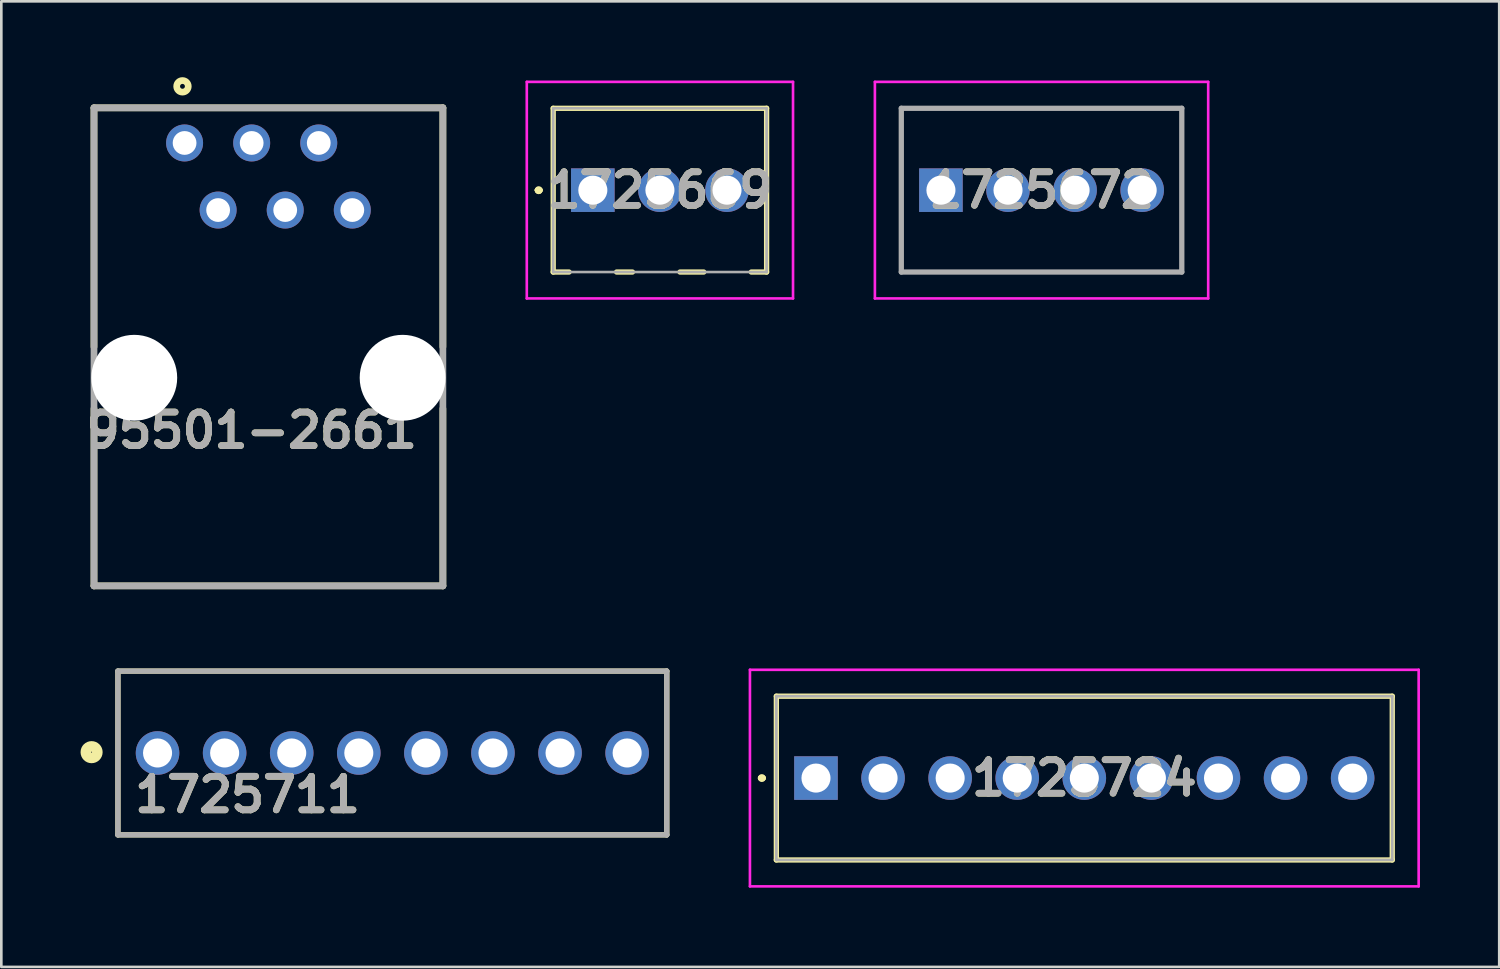
<source format=kicad_pcb>
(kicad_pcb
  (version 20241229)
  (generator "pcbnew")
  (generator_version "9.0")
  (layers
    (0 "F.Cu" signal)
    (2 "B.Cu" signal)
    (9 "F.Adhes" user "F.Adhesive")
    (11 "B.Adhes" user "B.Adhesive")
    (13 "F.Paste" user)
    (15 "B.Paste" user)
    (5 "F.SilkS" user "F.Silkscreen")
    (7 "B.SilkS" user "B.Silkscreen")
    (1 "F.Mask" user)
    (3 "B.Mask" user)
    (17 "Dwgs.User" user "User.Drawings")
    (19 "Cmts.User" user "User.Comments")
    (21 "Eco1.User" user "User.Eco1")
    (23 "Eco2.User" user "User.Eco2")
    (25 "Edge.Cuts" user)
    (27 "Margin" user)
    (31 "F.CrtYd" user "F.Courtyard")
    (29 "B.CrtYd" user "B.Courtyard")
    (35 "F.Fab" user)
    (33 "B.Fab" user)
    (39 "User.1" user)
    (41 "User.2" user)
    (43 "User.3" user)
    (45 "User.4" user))
  (footprint "1725724"
    (layer "F.Cu")
    (at 27.845 26.41)
    (property "Reference" "1725724" (at 10.16 0 0) (layer "F.SilkS") (effects (font (size 1.27 1.27) (thickness 0.254))))
    (attr through_hole)
    (fp_line (start -2.1 0) (end -2.1 0) (stroke (width 0.2) (type solid)) (layer "F.SilkS"))
    (fp_line (start -2.1 0) (end -2 0) (stroke (width 0.2) (type solid)) (layer "F.SilkS"))
    (fp_line (start -2 0) (end -2 0) (stroke (width 0.2) (type solid)) (layer "F.SilkS"))
    (fp_line (start -1.5 -3.1) (end 21.82 -3.1) (stroke (width 0.2) (type solid)) (layer "F.SilkS"))
    (fp_line (start -1.5 3.1) (end -1.5 -3.1) (stroke (width 0.2) (type solid)) (layer "F.SilkS"))
    (fp_line (start 21.82 -3.1) (end 21.82 3.1) (stroke (width 0.2) (type solid)) (layer "F.SilkS"))
    (fp_line (start 21.82 3.1) (end -1.5 3.1) (stroke (width 0.2) (type solid)) (layer "F.SilkS"))
    (fp_arc (start -2.1 0) (mid -2.05 -0.05) (end -2 0) (stroke (width 0.2) (type solid)) (layer "F.SilkS"))
    (fp_arc (start -2 0) (mid -2.05 0.05) (end -2.1 0) (stroke (width 0.2) (type solid)) (layer "F.SilkS"))
    (fp_line (start -2.5 -4.1) (end 22.82 -4.1) (stroke (width 0.1) (type solid)) (layer "F.CrtYd"))
    (fp_line (start -2.5 4.1) (end -2.5 -4.1) (stroke (width 0.1) (type solid)) (layer "F.CrtYd"))
    (fp_line (start 22.82 -4.1) (end 22.82 4.1) (stroke (width 0.1) (type solid)) (layer "F.CrtYd"))
    (fp_line (start 22.82 4.1) (end -2.5 4.1) (stroke (width 0.1) (type solid)) (layer "F.CrtYd"))
    (fp_line (start -1.5 -3.1) (end 21.82 -3.1) (stroke (width 0.1) (type solid)) (layer "F.Fab"))
    (fp_line (start -1.5 3.1) (end -1.5 -3.1) (stroke (width 0.1) (type solid)) (layer "F.Fab"))
    (fp_line (start 21.82 -3.1) (end 21.82 3.1) (stroke (width 0.1) (type solid)) (layer "F.Fab"))
    (fp_line (start 21.82 3.1) (end -1.5 3.1) (stroke (width 0.1) (type solid)) (layer "F.Fab"))
    (fp_text user "${REFERENCE}" (at 10.16 0 0) (layer "F.Fab") (effects (font (size 1.27 1.27) (thickness 0.254))))
    (pad "1" thru_hole rect (at 0 0) (size 1.65 1.65) (drill 1.1) (layers "*.Cu" "*.Mask"))
    (pad "2" thru_hole circle (at 2.54 0) (size 1.65 1.65) (drill 1.1) (layers "*.Cu" "*.Mask"))
    (pad "3" thru_hole circle (at 5.08 0) (size 1.65 1.65) (drill 1.1) (layers "*.Cu" "*.Mask"))
    (pad "4" thru_hole circle (at 7.62 0) (size 1.65 1.65) (drill 1.1) (layers "*.Cu" "*.Mask"))
    (pad "5" thru_hole circle (at 10.16 0) (size 1.65 1.65) (drill 1.1) (layers "*.Cu" "*.Mask"))
    (pad "6" thru_hole circle (at 12.7 0) (size 1.65 1.65) (drill 1.1) (layers "*.Cu" "*.Mask"))
    (pad "7" thru_hole circle (at 15.24 0) (size 1.65 1.65) (drill 1.1) (layers "*.Cu" "*.Mask"))
    (pad "8" thru_hole circle (at 17.78 0) (size 1.65 1.65) (drill 1.1) (layers "*.Cu" "*.Mask"))
    (pad "9" thru_hole circle (at 20.32 0) (size 1.65 1.65) (drill 1.1) (layers "*.Cu" "*.Mask")))
  (footprint "95501-2661"
    (layer "F.Cu")
    (at 12.194 11.253)
    (property "Reference" "95501-2661" (at -5.711 1.994 0) (layer "F.SilkS") (effects (font (size 1.27 1.27) (thickness 0.254))))
    (attr through_hole)
    (fp_line (start -11.685 -10.22) (end -11.685 -1.17) (stroke (width 0.254) (type solid)) (layer "F.SilkS"))
    (fp_line (start -11.685 -10.22) (end 1.525 -10.22) (stroke (width 0.254) (type solid)) (layer "F.SilkS"))
    (fp_line (start -11.685 7.88) (end -11.685 1.17) (stroke (width 0.254) (type solid)) (layer "F.SilkS"))
    (fp_line (start 1.525 -10.22) (end 1.525 -1.17) (stroke (width 0.254) (type solid)) (layer "F.SilkS"))
    (fp_line (start 1.525 7.88) (end -11.685 7.88) (stroke (width 0.254) (type solid)) (layer "F.SilkS"))
    (fp_line (start 1.525 7.88) (end 1.525 1.17) (stroke (width 0.254) (type solid)) (layer "F.SilkS"))
    (fp_circle (center -8.335 -11.034) (end -8.335 -10.942) (stroke (width 0.254) (type solid)) (fill no) (layer "F.SilkS"))
    (fp_line (start -11.685 -10.22) (end 1.525 -10.22) (stroke (width 0.254) (type solid)) (layer "F.Fab"))
    (fp_line (start -11.685 7.88) (end -11.685 -10.22) (stroke (width 0.254) (type solid)) (layer "F.Fab"))
    (fp_line (start 1.525 -10.22) (end 1.525 7.88) (stroke (width 0.254) (type solid)) (layer "F.Fab"))
    (fp_line (start 1.525 7.88) (end -11.685 7.88) (stroke (width 0.254) (type solid)) (layer "F.Fab"))
    (fp_text user "${REFERENCE}" (at -5.711 1.994 0) (layer "F.Fab") (effects (font (size 1.27 1.27) (thickness 0.254))))
    (pad "" np_thru_hole circle (at -10.16 0) (size 3.25 3.25) (drill 3.25) (layers "*.Cu" "*.Mask"))
    (pad "" np_thru_hole circle (at 0 0) (size 3.25 3.25) (drill 3.25) (layers "*.Cu" "*.Mask"))
    (pad "1" thru_hole circle (at -8.255 -8.89) (size 1.4 1.4) (drill 0.9) (layers "*.Cu" "*.Mask"))
    (pad "2" thru_hole circle (at -6.985 -6.35) (size 1.4 1.4) (drill 0.9) (layers "*.Cu" "*.Mask"))
    (pad "3" thru_hole circle (at -5.715 -8.89) (size 1.4 1.4) (drill 0.9) (layers "*.Cu" "*.Mask"))
    (pad "4" thru_hole circle (at -4.445 -6.35) (size 1.4 1.4) (drill 0.9) (layers "*.Cu" "*.Mask"))
    (pad "5" thru_hole circle (at -3.175 -8.89) (size 1.4 1.4) (drill 0.9) (layers "*.Cu" "*.Mask"))
    (pad "6" thru_hole circle (at -1.905 -6.35) (size 1.4 1.4) (drill 0.9) (layers "*.Cu" "*.Mask")))
  (footprint "1725669"
    (layer "F.Cu")
    (at 19.396 4.15)
    (property "Reference" "1725669" (at 2.54 0 0) (layer "F.SilkS") (effects (font (size 1.27 1.27) (thickness 0.254))))
    (attr through_hole)
    (fp_line (start -2.1 0) (end -2.1 0) (stroke (width 0.2) (type solid)) (layer "F.SilkS"))
    (fp_line (start -2.1 0) (end -2.1 0) (stroke (width 0.2) (type solid)) (layer "F.SilkS"))
    (fp_line (start -2 0) (end -2 0) (stroke (width 0.2) (type solid)) (layer "F.SilkS"))
    (fp_line (start -1.5 -3.1) (end 6.58 -3.1) (stroke (width 0.2) (type solid)) (layer "F.SilkS"))
    (fp_line (start -1.5 3.1) (end -1.5 -3.1) (stroke (width 0.2) (type solid)) (layer "F.SilkS"))
    (fp_line (start -0.9 3.1) (end -1.5 3.1) (stroke (width 0.2) (type solid)) (layer "F.SilkS"))
    (fp_line (start 1.5 3.1) (end 0.9 3.1) (stroke (width 0.2) (type solid)) (layer "F.SilkS"))
    (fp_line (start 4.2 3.1) (end 3.3 3.1) (stroke (width 0.2) (type solid)) (layer "F.SilkS"))
    (fp_line (start 6.58 -3.1) (end 6.58 3.1) (stroke (width 0.2) (type solid)) (layer "F.SilkS"))
    (fp_line (start 6.58 3.1) (end 6 3.1) (stroke (width 0.2) (type solid)) (layer "F.SilkS"))
    (fp_arc (start -2.1 0) (mid -2.05 -0.05) (end -2 0) (stroke (width 0.2) (type solid)) (layer "F.SilkS"))
    (fp_arc (start -2 0) (mid -2.05 0.05) (end -2.1 0) (stroke (width 0.2) (type solid)) (layer "F.SilkS"))
    (fp_arc (start -2 0) (mid -2.05 0.05) (end -2.1 0) (stroke (width 0.2) (type solid)) (layer "F.SilkS"))
    (fp_line (start -2.5 -4.1) (end 7.58 -4.1) (stroke (width 0.1) (type solid)) (layer "F.CrtYd"))
    (fp_line (start -2.5 4.1) (end -2.5 -4.1) (stroke (width 0.1) (type solid)) (layer "F.CrtYd"))
    (fp_line (start 7.58 -4.1) (end 7.58 4.1) (stroke (width 0.1) (type solid)) (layer "F.CrtYd"))
    (fp_line (start 7.58 4.1) (end -2.5 4.1) (stroke (width 0.1) (type solid)) (layer "F.CrtYd"))
    (fp_line (start -1.5 -3.1) (end -1.5 3.1) (stroke (width 0.1) (type solid)) (layer "F.Fab"))
    (fp_line (start -1.5 3.1) (end 6.58 3.1) (stroke (width 0.1) (type solid)) (layer "F.Fab"))
    (fp_line (start 6.58 -3.1) (end -1.5 -3.1) (stroke (width 0.1) (type solid)) (layer "F.Fab"))
    (fp_line (start 6.58 3.1) (end 6.58 -3.1) (stroke (width 0.1) (type solid)) (layer "F.Fab"))
    (fp_text user "${REFERENCE}" (at 2.54 0 0) (layer "F.Fab") (effects (font (size 1.27 1.27) (thickness 0.254))))
    (pad "" np_thru_hole circle (at 0 2.54) (size 0.001 0.001) (drill 1.1) (layers "*.Cu" "*.Mask"))
    (pad "" np_thru_hole circle (at 2.54 2.54) (size 0.001 0.001) (drill 1.1) (layers "*.Cu" "*.Mask"))
    (pad "" np_thru_hole circle (at 5.08 2.54) (size 0.001 0.001) (drill 1.1) (layers "*.Cu" "*.Mask"))
    (pad "1" thru_hole rect (at 0 0) (size 1.65 1.65) (drill 1.1) (layers "*.Cu" "*.Mask"))
    (pad "2" thru_hole circle (at 2.54 0) (size 1.65 1.65) (drill 1.1) (layers "*.Cu" "*.Mask"))
    (pad "3" thru_hole circle (at 5.08 0) (size 1.65 1.65) (drill 1.1) (layers "*.Cu" "*.Mask")))
  (footprint "1725672"
    (layer "F.Cu")
    (at 32.576 4.15)
    (property "Reference" "1725672" (at 3.81 0 0) (layer "F.SilkS") (effects (font (size 1.27 1.27) (thickness 0.254))))
    (attr through_hole)
    (fp_line (start -1.5 -3.1) (end -1.5 3.1) (stroke (width 0.1) (type solid)) (layer "F.SilkS"))
    (fp_line (start -1.5 3.1) (end 9.12 3.1) (stroke (width 0.1) (type solid)) (layer "F.SilkS"))
    (fp_line (start 9.12 -3.1) (end -1.5 -3.1) (stroke (width 0.1) (type solid)) (layer "F.SilkS"))
    (fp_line (start 9.12 3.1) (end 9.12 -3.1) (stroke (width 0.1) (type solid)) (layer "F.SilkS"))
    (fp_line (start -2.5 -4.1) (end 10.12 -4.1) (stroke (width 0.1) (type solid)) (layer "F.CrtYd"))
    (fp_line (start -2.5 4.1) (end -2.5 -4.1) (stroke (width 0.1) (type solid)) (layer "F.CrtYd"))
    (fp_line (start 10.12 -4.1) (end 10.12 4.1) (stroke (width 0.1) (type solid)) (layer "F.CrtYd"))
    (fp_line (start 10.12 4.1) (end -2.5 4.1) (stroke (width 0.1) (type solid)) (layer "F.CrtYd"))
    (fp_line (start -1.5 -3.1) (end -1.5 3.1) (stroke (width 0.2) (type solid)) (layer "F.Fab"))
    (fp_line (start -1.5 3.1) (end 9.12 3.1) (stroke (width 0.2) (type solid)) (layer "F.Fab"))
    (fp_line (start 9.12 -3.1) (end -1.5 -3.1) (stroke (width 0.2) (type solid)) (layer "F.Fab"))
    (fp_line (start 9.12 3.1) (end 9.12 -3.1) (stroke (width 0.2) (type solid)) (layer "F.Fab"))
    (fp_text user "${REFERENCE}" (at 3.81 0 0) (layer "F.Fab") (effects (font (size 1.27 1.27) (thickness 0.254))))
    (pad "1" thru_hole rect (at 0 0) (size 1.65 1.65) (drill 1.1) (layers "*.Cu" "*.Mask"))
    (pad "2" thru_hole circle (at 2.54 0) (size 1.65 1.65) (drill 1.1) (layers "*.Cu" "*.Mask"))
    (pad "3" thru_hole circle (at 5.08 0) (size 1.65 1.65) (drill 1.1) (layers "*.Cu" "*.Mask"))
    (pad "4" thru_hole circle (at 7.62 0) (size 1.65 1.65) (drill 1.1) (layers "*.Cu" "*.Mask")))
  (footprint "1725711"
    (layer "F.Cu")
    (at 11.805 25.46)
    (property "Reference" "1725711" (at -5.482 1.579 0) (layer "F.SilkS") (effects (font (size 1.27 1.27) (thickness 0.254))))
    (attr through_hole)
    (fp_line (start -10.39 -3.1) (end 10.39 -3.1) (stroke (width 0.2) (type solid)) (layer "F.SilkS"))
    (fp_line (start -10.39 3.1) (end -10.39 -3.1) (stroke (width 0.2) (type solid)) (layer "F.SilkS"))
    (fp_line (start 10.39 -3.1) (end 10.39 3.1) (stroke (width 0.2) (type solid)) (layer "F.SilkS"))
    (fp_line (start 10.39 3.1) (end -10.39 3.1) (stroke (width 0.2) (type solid)) (layer "F.SilkS"))
    (fp_circle (center -11.387 -0.031) (end -11.387 0.187) (stroke (width 0.4) (type solid)) (fill no) (layer "F.SilkS"))
    (fp_line (start -10.39 -3.1) (end 10.39 -3.1) (stroke (width 0.2) (type solid)) (layer "F.Fab"))
    (fp_line (start -10.39 3.1) (end -10.39 -3.1) (stroke (width 0.2) (type solid)) (layer "F.Fab"))
    (fp_line (start 10.39 -3.1) (end 10.39 3.1) (stroke (width 0.2) (type solid)) (layer "F.Fab"))
    (fp_line (start 10.39 3.1) (end -10.39 3.1) (stroke (width 0.2) (type solid)) (layer "F.Fab"))
    (fp_text user "${REFERENCE}" (at -5.482 1.579 0) (layer "F.Fab") (effects (font (size 1.27 1.27) (thickness 0.254))))
    (pad "1" thru_hole circle (at -8.89 0) (size 1.65 1.65) (drill 1.1) (layers "*.Cu" "*.Mask"))
    (pad "2" thru_hole circle (at -6.35 0) (size 1.65 1.65) (drill 1.1) (layers "*.Cu" "*.Mask"))
    (pad "3" thru_hole circle (at -3.81 0) (size 1.65 1.65) (drill 1.1) (layers "*.Cu" "*.Mask"))
    (pad "4" thru_hole circle (at -1.27 0) (size 1.65 1.65) (drill 1.1) (layers "*.Cu" "*.Mask"))
    (pad "5" thru_hole circle (at 1.27 0) (size 1.65 1.65) (drill 1.1) (layers "*.Cu" "*.Mask"))
    (pad "6" thru_hole circle (at 3.81 0) (size 1.65 1.65) (drill 1.1) (layers "*.Cu" "*.Mask"))
    (pad "7" thru_hole circle (at 6.35 0) (size 1.65 1.65) (drill 1.1) (layers "*.Cu" "*.Mask"))
    (pad "8" thru_hole circle (at 8.89 0) (size 1.65 1.65) (drill 1.1) (layers "*.Cu" "*.Mask")))
  (gr_rect
    (start -3 -3)
    (end 53.715 33.56)
    (stroke (width 0.1) (type default))
    (fill no)
    (layer "Edge.Cuts")))
</source>
